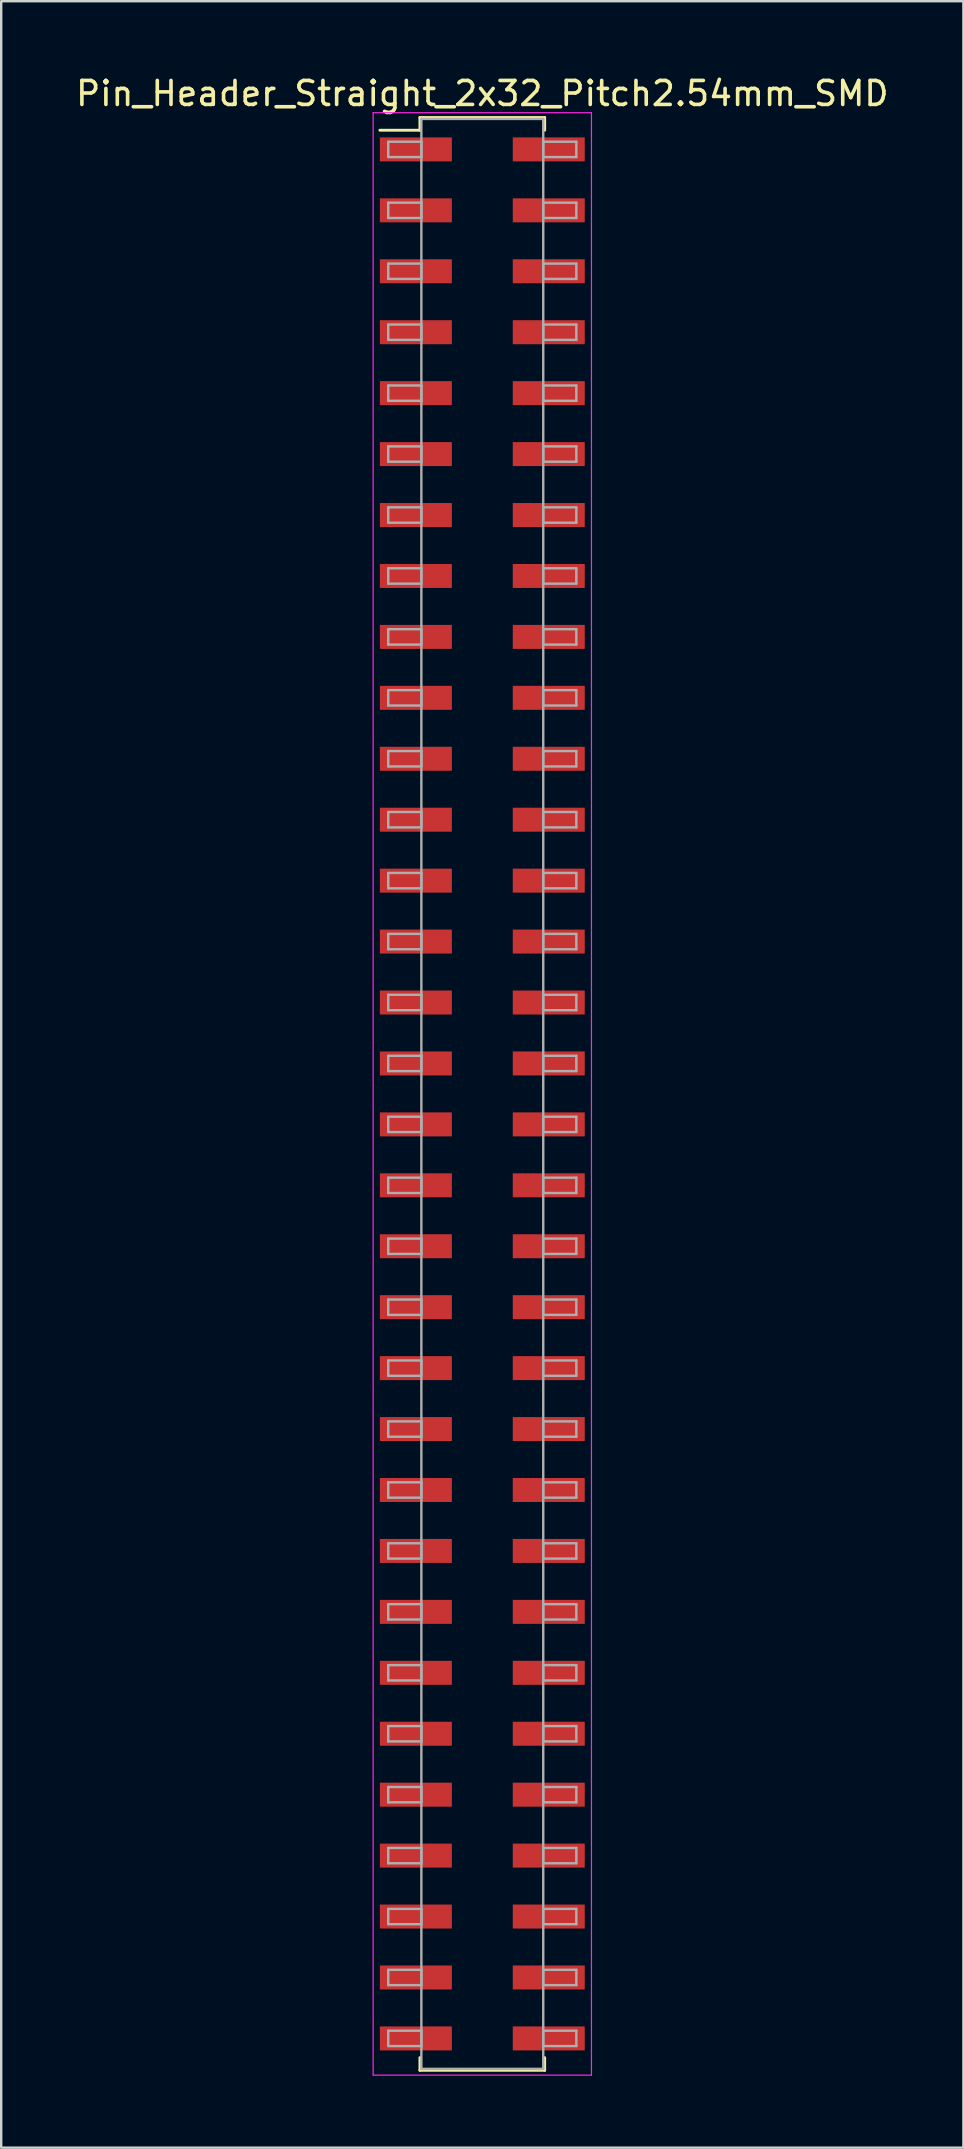
<source format=kicad_pcb>
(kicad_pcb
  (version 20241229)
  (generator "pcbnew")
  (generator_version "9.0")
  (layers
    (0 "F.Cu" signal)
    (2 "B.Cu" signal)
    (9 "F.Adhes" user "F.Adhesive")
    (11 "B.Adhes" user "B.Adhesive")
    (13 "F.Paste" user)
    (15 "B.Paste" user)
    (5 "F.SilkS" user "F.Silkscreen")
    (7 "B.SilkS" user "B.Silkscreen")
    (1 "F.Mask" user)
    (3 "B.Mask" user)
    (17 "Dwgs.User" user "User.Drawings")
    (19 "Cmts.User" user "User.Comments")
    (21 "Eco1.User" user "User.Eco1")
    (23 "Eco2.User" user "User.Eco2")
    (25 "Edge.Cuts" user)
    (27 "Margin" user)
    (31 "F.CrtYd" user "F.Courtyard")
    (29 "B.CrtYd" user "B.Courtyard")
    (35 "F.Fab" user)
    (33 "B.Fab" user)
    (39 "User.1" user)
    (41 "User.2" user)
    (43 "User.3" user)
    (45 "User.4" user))
  (footprint "Pin_Header_Straight_2x32_Pitch2.54mm_SMD"
    (layer "F.Cu")
    (at 17.054 42.548)
    (property "Reference" "Pin_Header_Straight_2x32_Pitch2.54mm_SMD" (at 0 -41.7 0) (layer "F.SilkS") (effects (font (size 1 1) (thickness 0.15))))
    (attr smd)
    (fp_line (start -4.27 -40.17) (end -2.6 -40.17) (stroke (width 0.12) (type solid)) (layer "F.SilkS"))
    (fp_line (start -2.6 -40.7) (end 2.6 -40.7) (stroke (width 0.12) (type solid)) (layer "F.SilkS"))
    (fp_line (start -2.6 -40.17) (end -2.6 -40.7) (stroke (width 0.12) (type solid)) (layer "F.SilkS"))
    (fp_line (start -2.6 40.17) (end -2.6 40.7) (stroke (width 0.12) (type solid)) (layer "F.SilkS"))
    (fp_line (start -2.6 40.7) (end 2.6 40.7) (stroke (width 0.12) (type solid)) (layer "F.SilkS"))
    (fp_line (start 2.6 -40.7) (end 2.6 -40.17) (stroke (width 0.12) (type solid)) (layer "F.SilkS"))
    (fp_line (start 2.6 40.7) (end 2.6 40.17) (stroke (width 0.12) (type solid)) (layer "F.SilkS"))
    (fp_line (start -4.55 -40.9) (end -4.55 40.9) (stroke (width 0.05) (type solid)) (layer "F.CrtYd"))
    (fp_line (start -4.55 40.9) (end 4.55 40.9) (stroke (width 0.05) (type solid)) (layer "F.CrtYd"))
    (fp_line (start 4.55 -40.9) (end -4.55 -40.9) (stroke (width 0.05) (type solid)) (layer "F.CrtYd"))
    (fp_line (start 4.55 40.9) (end 4.55 -40.9) (stroke (width 0.05) (type solid)) (layer "F.CrtYd"))
    (fp_line (start -3.92 -39.69) (end -2.54 -39.69) (stroke (width 0.1) (type solid)) (layer "F.Fab"))
    (fp_line (start -3.92 -39.05) (end -3.92 -39.69) (stroke (width 0.1) (type solid)) (layer "F.Fab"))
    (fp_line (start -3.92 -37.15) (end -2.54 -37.15) (stroke (width 0.1) (type solid)) (layer "F.Fab"))
    (fp_line (start -3.92 -36.51) (end -3.92 -37.15) (stroke (width 0.1) (type solid)) (layer "F.Fab"))
    (fp_line (start -3.92 -34.61) (end -2.54 -34.61) (stroke (width 0.1) (type solid)) (layer "F.Fab"))
    (fp_line (start -3.92 -33.97) (end -3.92 -34.61) (stroke (width 0.1) (type solid)) (layer "F.Fab"))
    (fp_line (start -3.92 -32.07) (end -2.54 -32.07) (stroke (width 0.1) (type solid)) (layer "F.Fab"))
    (fp_line (start -3.92 -31.43) (end -3.92 -32.07) (stroke (width 0.1) (type solid)) (layer "F.Fab"))
    (fp_line (start -3.92 -29.53) (end -2.54 -29.53) (stroke (width 0.1) (type solid)) (layer "F.Fab"))
    (fp_line (start -3.92 -28.89) (end -3.92 -29.53) (stroke (width 0.1) (type solid)) (layer "F.Fab"))
    (fp_line (start -3.92 -26.99) (end -2.54 -26.99) (stroke (width 0.1) (type solid)) (layer "F.Fab"))
    (fp_line (start -3.92 -26.35) (end -3.92 -26.99) (stroke (width 0.1) (type solid)) (layer "F.Fab"))
    (fp_line (start -3.92 -24.45) (end -2.54 -24.45) (stroke (width 0.1) (type solid)) (layer "F.Fab"))
    (fp_line (start -3.92 -23.81) (end -3.92 -24.45) (stroke (width 0.1) (type solid)) (layer "F.Fab"))
    (fp_line (start -3.92 -21.91) (end -2.54 -21.91) (stroke (width 0.1) (type solid)) (layer "F.Fab"))
    (fp_line (start -3.92 -21.27) (end -3.92 -21.91) (stroke (width 0.1) (type solid)) (layer "F.Fab"))
    (fp_line (start -3.92 -19.37) (end -2.54 -19.37) (stroke (width 0.1) (type solid)) (layer "F.Fab"))
    (fp_line (start -3.92 -18.73) (end -3.92 -19.37) (stroke (width 0.1) (type solid)) (layer "F.Fab"))
    (fp_line (start -3.92 -16.83) (end -2.54 -16.83) (stroke (width 0.1) (type solid)) (layer "F.Fab"))
    (fp_line (start -3.92 -16.19) (end -3.92 -16.83) (stroke (width 0.1) (type solid)) (layer "F.Fab"))
    (fp_line (start -3.92 -14.29) (end -2.54 -14.29) (stroke (width 0.1) (type solid)) (layer "F.Fab"))
    (fp_line (start -3.92 -13.65) (end -3.92 -14.29) (stroke (width 0.1) (type solid)) (layer "F.Fab"))
    (fp_line (start -3.92 -11.75) (end -2.54 -11.75) (stroke (width 0.1) (type solid)) (layer "F.Fab"))
    (fp_line (start -3.92 -11.11) (end -3.92 -11.75) (stroke (width 0.1) (type solid)) (layer "F.Fab"))
    (fp_line (start -3.92 -9.21) (end -2.54 -9.21) (stroke (width 0.1) (type solid)) (layer "F.Fab"))
    (fp_line (start -3.92 -8.57) (end -3.92 -9.21) (stroke (width 0.1) (type solid)) (layer "F.Fab"))
    (fp_line (start -3.92 -6.67) (end -2.54 -6.67) (stroke (width 0.1) (type solid)) (layer "F.Fab"))
    (fp_line (start -3.92 -6.03) (end -3.92 -6.67) (stroke (width 0.1) (type solid)) (layer "F.Fab"))
    (fp_line (start -3.92 -4.13) (end -2.54 -4.13) (stroke (width 0.1) (type solid)) (layer "F.Fab"))
    (fp_line (start -3.92 -3.49) (end -3.92 -4.13) (stroke (width 0.1) (type solid)) (layer "F.Fab"))
    (fp_line (start -3.92 -1.59) (end -2.54 -1.59) (stroke (width 0.1) (type solid)) (layer "F.Fab"))
    (fp_line (start -3.92 -0.95) (end -3.92 -1.59) (stroke (width 0.1) (type solid)) (layer "F.Fab"))
    (fp_line (start -3.92 0.95) (end -2.54 0.95) (stroke (width 0.1) (type solid)) (layer "F.Fab"))
    (fp_line (start -3.92 1.59) (end -3.92 0.95) (stroke (width 0.1) (type solid)) (layer "F.Fab"))
    (fp_line (start -3.92 3.49) (end -2.54 3.49) (stroke (width 0.1) (type solid)) (layer "F.Fab"))
    (fp_line (start -3.92 4.13) (end -3.92 3.49) (stroke (width 0.1) (type solid)) (layer "F.Fab"))
    (fp_line (start -3.92 6.03) (end -2.54 6.03) (stroke (width 0.1) (type solid)) (layer "F.Fab"))
    (fp_line (start -3.92 6.67) (end -3.92 6.03) (stroke (width 0.1) (type solid)) (layer "F.Fab"))
    (fp_line (start -3.92 8.57) (end -2.54 8.57) (stroke (width 0.1) (type solid)) (layer "F.Fab"))
    (fp_line (start -3.92 9.21) (end -3.92 8.57) (stroke (width 0.1) (type solid)) (layer "F.Fab"))
    (fp_line (start -3.92 11.11) (end -2.54 11.11) (stroke (width 0.1) (type solid)) (layer "F.Fab"))
    (fp_line (start -3.92 11.75) (end -3.92 11.11) (stroke (width 0.1) (type solid)) (layer "F.Fab"))
    (fp_line (start -3.92 13.65) (end -2.54 13.65) (stroke (width 0.1) (type solid)) (layer "F.Fab"))
    (fp_line (start -3.92 14.29) (end -3.92 13.65) (stroke (width 0.1) (type solid)) (layer "F.Fab"))
    (fp_line (start -3.92 16.19) (end -2.54 16.19) (stroke (width 0.1) (type solid)) (layer "F.Fab"))
    (fp_line (start -3.92 16.83) (end -3.92 16.19) (stroke (width 0.1) (type solid)) (layer "F.Fab"))
    (fp_line (start -3.92 18.73) (end -2.54 18.73) (stroke (width 0.1) (type solid)) (layer "F.Fab"))
    (fp_line (start -3.92 19.37) (end -3.92 18.73) (stroke (width 0.1) (type solid)) (layer "F.Fab"))
    (fp_line (start -3.92 21.27) (end -2.54 21.27) (stroke (width 0.1) (type solid)) (layer "F.Fab"))
    (fp_line (start -3.92 21.91) (end -3.92 21.27) (stroke (width 0.1) (type solid)) (layer "F.Fab"))
    (fp_line (start -3.92 23.81) (end -2.54 23.81) (stroke (width 0.1) (type solid)) (layer "F.Fab"))
    (fp_line (start -3.92 24.45) (end -3.92 23.81) (stroke (width 0.1) (type solid)) (layer "F.Fab"))
    (fp_line (start -3.92 26.35) (end -2.54 26.35) (stroke (width 0.1) (type solid)) (layer "F.Fab"))
    (fp_line (start -3.92 26.99) (end -3.92 26.35) (stroke (width 0.1) (type solid)) (layer "F.Fab"))
    (fp_line (start -3.92 28.89) (end -2.54 28.89) (stroke (width 0.1) (type solid)) (layer "F.Fab"))
    (fp_line (start -3.92 29.53) (end -3.92 28.89) (stroke (width 0.1) (type solid)) (layer "F.Fab"))
    (fp_line (start -3.92 31.43) (end -2.54 31.43) (stroke (width 0.1) (type solid)) (layer "F.Fab"))
    (fp_line (start -3.92 32.07) (end -3.92 31.43) (stroke (width 0.1) (type solid)) (layer "F.Fab"))
    (fp_line (start -3.92 33.97) (end -2.54 33.97) (stroke (width 0.1) (type solid)) (layer "F.Fab"))
    (fp_line (start -3.92 34.61) (end -3.92 33.97) (stroke (width 0.1) (type solid)) (layer "F.Fab"))
    (fp_line (start -3.92 36.51) (end -2.54 36.51) (stroke (width 0.1) (type solid)) (layer "F.Fab"))
    (fp_line (start -3.92 37.15) (end -3.92 36.51) (stroke (width 0.1) (type solid)) (layer "F.Fab"))
    (fp_line (start -3.92 39.05) (end -2.54 39.05) (stroke (width 0.1) (type solid)) (layer "F.Fab"))
    (fp_line (start -3.92 39.69) (end -3.92 39.05) (stroke (width 0.1) (type solid)) (layer "F.Fab"))
    (fp_line (start -2.54 -40.64) (end -2.54 40.64) (stroke (width 0.1) (type solid)) (layer "F.Fab"))
    (fp_line (start -2.54 -39.69) (end -2.54 -39.05) (stroke (width 0.1) (type solid)) (layer "F.Fab"))
    (fp_line (start -2.54 -39.05) (end -3.92 -39.05) (stroke (width 0.1) (type solid)) (layer "F.Fab"))
    (fp_line (start -2.54 -37.15) (end -2.54 -36.51) (stroke (width 0.1) (type solid)) (layer "F.Fab"))
    (fp_line (start -2.54 -36.51) (end -3.92 -36.51) (stroke (width 0.1) (type solid)) (layer "F.Fab"))
    (fp_line (start -2.54 -34.61) (end -2.54 -33.97) (stroke (width 0.1) (type solid)) (layer "F.Fab"))
    (fp_line (start -2.54 -33.97) (end -3.92 -33.97) (stroke (width 0.1) (type solid)) (layer "F.Fab"))
    (fp_line (start -2.54 -32.07) (end -2.54 -31.43) (stroke (width 0.1) (type solid)) (layer "F.Fab"))
    (fp_line (start -2.54 -31.43) (end -3.92 -31.43) (stroke (width 0.1) (type solid)) (layer "F.Fab"))
    (fp_line (start -2.54 -29.53) (end -2.54 -28.89) (stroke (width 0.1) (type solid)) (layer "F.Fab"))
    (fp_line (start -2.54 -28.89) (end -3.92 -28.89) (stroke (width 0.1) (type solid)) (layer "F.Fab"))
    (fp_line (start -2.54 -26.99) (end -2.54 -26.35) (stroke (width 0.1) (type solid)) (layer "F.Fab"))
    (fp_line (start -2.54 -26.35) (end -3.92 -26.35) (stroke (width 0.1) (type solid)) (layer "F.Fab"))
    (fp_line (start -2.54 -24.45) (end -2.54 -23.81) (stroke (width 0.1) (type solid)) (layer "F.Fab"))
    (fp_line (start -2.54 -23.81) (end -3.92 -23.81) (stroke (width 0.1) (type solid)) (layer "F.Fab"))
    (fp_line (start -2.54 -21.91) (end -2.54 -21.27) (stroke (width 0.1) (type solid)) (layer "F.Fab"))
    (fp_line (start -2.54 -21.27) (end -3.92 -21.27) (stroke (width 0.1) (type solid)) (layer "F.Fab"))
    (fp_line (start -2.54 -19.37) (end -2.54 -18.73) (stroke (width 0.1) (type solid)) (layer "F.Fab"))
    (fp_line (start -2.54 -18.73) (end -3.92 -18.73) (stroke (width 0.1) (type solid)) (layer "F.Fab"))
    (fp_line (start -2.54 -16.83) (end -2.54 -16.19) (stroke (width 0.1) (type solid)) (layer "F.Fab"))
    (fp_line (start -2.54 -16.19) (end -3.92 -16.19) (stroke (width 0.1) (type solid)) (layer "F.Fab"))
    (fp_line (start -2.54 -14.29) (end -2.54 -13.65) (stroke (width 0.1) (type solid)) (layer "F.Fab"))
    (fp_line (start -2.54 -13.65) (end -3.92 -13.65) (stroke (width 0.1) (type solid)) (layer "F.Fab"))
    (fp_line (start -2.54 -11.75) (end -2.54 -11.11) (stroke (width 0.1) (type solid)) (layer "F.Fab"))
    (fp_line (start -2.54 -11.11) (end -3.92 -11.11) (stroke (width 0.1) (type solid)) (layer "F.Fab"))
    (fp_line (start -2.54 -9.21) (end -2.54 -8.57) (stroke (width 0.1) (type solid)) (layer "F.Fab"))
    (fp_line (start -2.54 -8.57) (end -3.92 -8.57) (stroke (width 0.1) (type solid)) (layer "F.Fab"))
    (fp_line (start -2.54 -6.67) (end -2.54 -6.03) (stroke (width 0.1) (type solid)) (layer "F.Fab"))
    (fp_line (start -2.54 -6.03) (end -3.92 -6.03) (stroke (width 0.1) (type solid)) (layer "F.Fab"))
    (fp_line (start -2.54 -4.13) (end -2.54 -3.49) (stroke (width 0.1) (type solid)) (layer "F.Fab"))
    (fp_line (start -2.54 -3.49) (end -3.92 -3.49) (stroke (width 0.1) (type solid)) (layer "F.Fab"))
    (fp_line (start -2.54 -1.59) (end -2.54 -0.95) (stroke (width 0.1) (type solid)) (layer "F.Fab"))
    (fp_line (start -2.54 -0.95) (end -3.92 -0.95) (stroke (width 0.1) (type solid)) (layer "F.Fab"))
    (fp_line (start -2.54 0.95) (end -2.54 1.59) (stroke (width 0.1) (type solid)) (layer "F.Fab"))
    (fp_line (start -2.54 1.59) (end -3.92 1.59) (stroke (width 0.1) (type solid)) (layer "F.Fab"))
    (fp_line (start -2.54 3.49) (end -2.54 4.13) (stroke (width 0.1) (type solid)) (layer "F.Fab"))
    (fp_line (start -2.54 4.13) (end -3.92 4.13) (stroke (width 0.1) (type solid)) (layer "F.Fab"))
    (fp_line (start -2.54 6.03) (end -2.54 6.67) (stroke (width 0.1) (type solid)) (layer "F.Fab"))
    (fp_line (start -2.54 6.67) (end -3.92 6.67) (stroke (width 0.1) (type solid)) (layer "F.Fab"))
    (fp_line (start -2.54 8.57) (end -2.54 9.21) (stroke (width 0.1) (type solid)) (layer "F.Fab"))
    (fp_line (start -2.54 9.21) (end -3.92 9.21) (stroke (width 0.1) (type solid)) (layer "F.Fab"))
    (fp_line (start -2.54 11.11) (end -2.54 11.75) (stroke (width 0.1) (type solid)) (layer "F.Fab"))
    (fp_line (start -2.54 11.75) (end -3.92 11.75) (stroke (width 0.1) (type solid)) (layer "F.Fab"))
    (fp_line (start -2.54 13.65) (end -2.54 14.29) (stroke (width 0.1) (type solid)) (layer "F.Fab"))
    (fp_line (start -2.54 14.29) (end -3.92 14.29) (stroke (width 0.1) (type solid)) (layer "F.Fab"))
    (fp_line (start -2.54 16.19) (end -2.54 16.83) (stroke (width 0.1) (type solid)) (layer "F.Fab"))
    (fp_line (start -2.54 16.83) (end -3.92 16.83) (stroke (width 0.1) (type solid)) (layer "F.Fab"))
    (fp_line (start -2.54 18.73) (end -2.54 19.37) (stroke (width 0.1) (type solid)) (layer "F.Fab"))
    (fp_line (start -2.54 19.37) (end -3.92 19.37) (stroke (width 0.1) (type solid)) (layer "F.Fab"))
    (fp_line (start -2.54 21.27) (end -2.54 21.91) (stroke (width 0.1) (type solid)) (layer "F.Fab"))
    (fp_line (start -2.54 21.91) (end -3.92 21.91) (stroke (width 0.1) (type solid)) (layer "F.Fab"))
    (fp_line (start -2.54 23.81) (end -2.54 24.45) (stroke (width 0.1) (type solid)) (layer "F.Fab"))
    (fp_line (start -2.54 24.45) (end -3.92 24.45) (stroke (width 0.1) (type solid)) (layer "F.Fab"))
    (fp_line (start -2.54 26.35) (end -2.54 26.99) (stroke (width 0.1) (type solid)) (layer "F.Fab"))
    (fp_line (start -2.54 26.99) (end -3.92 26.99) (stroke (width 0.1) (type solid)) (layer "F.Fab"))
    (fp_line (start -2.54 28.89) (end -2.54 29.53) (stroke (width 0.1) (type solid)) (layer "F.Fab"))
    (fp_line (start -2.54 29.53) (end -3.92 29.53) (stroke (width 0.1) (type solid)) (layer "F.Fab"))
    (fp_line (start -2.54 31.43) (end -2.54 32.07) (stroke (width 0.1) (type solid)) (layer "F.Fab"))
    (fp_line (start -2.54 32.07) (end -3.92 32.07) (stroke (width 0.1) (type solid)) (layer "F.Fab"))
    (fp_line (start -2.54 33.97) (end -2.54 34.61) (stroke (width 0.1) (type solid)) (layer "F.Fab"))
    (fp_line (start -2.54 34.61) (end -3.92 34.61) (stroke (width 0.1) (type solid)) (layer "F.Fab"))
    (fp_line (start -2.54 36.51) (end -2.54 37.15) (stroke (width 0.1) (type solid)) (layer "F.Fab"))
    (fp_line (start -2.54 37.15) (end -3.92 37.15) (stroke (width 0.1) (type solid)) (layer "F.Fab"))
    (fp_line (start -2.54 39.05) (end -2.54 39.69) (stroke (width 0.1) (type solid)) (layer "F.Fab"))
    (fp_line (start -2.54 39.69) (end -3.92 39.69) (stroke (width 0.1) (type solid)) (layer "F.Fab"))
    (fp_line (start -2.54 40.64) (end 2.54 40.64) (stroke (width 0.1) (type solid)) (layer "F.Fab"))
    (fp_line (start 2.54 -40.64) (end -2.54 -40.64) (stroke (width 0.1) (type solid)) (layer "F.Fab"))
    (fp_line (start 2.54 -39.69) (end 2.54 -39.05) (stroke (width 0.1) (type solid)) (layer "F.Fab"))
    (fp_line (start 2.54 -39.05) (end 3.92 -39.05) (stroke (width 0.1) (type solid)) (layer "F.Fab"))
    (fp_line (start 2.54 -37.15) (end 2.54 -36.51) (stroke (width 0.1) (type solid)) (layer "F.Fab"))
    (fp_line (start 2.54 -36.51) (end 3.92 -36.51) (stroke (width 0.1) (type solid)) (layer "F.Fab"))
    (fp_line (start 2.54 -34.61) (end 2.54 -33.97) (stroke (width 0.1) (type solid)) (layer "F.Fab"))
    (fp_line (start 2.54 -33.97) (end 3.92 -33.97) (stroke (width 0.1) (type solid)) (layer "F.Fab"))
    (fp_line (start 2.54 -32.07) (end 2.54 -31.43) (stroke (width 0.1) (type solid)) (layer "F.Fab"))
    (fp_line (start 2.54 -31.43) (end 3.92 -31.43) (stroke (width 0.1) (type solid)) (layer "F.Fab"))
    (fp_line (start 2.54 -29.53) (end 2.54 -28.89) (stroke (width 0.1) (type solid)) (layer "F.Fab"))
    (fp_line (start 2.54 -28.89) (end 3.92 -28.89) (stroke (width 0.1) (type solid)) (layer "F.Fab"))
    (fp_line (start 2.54 -26.99) (end 2.54 -26.35) (stroke (width 0.1) (type solid)) (layer "F.Fab"))
    (fp_line (start 2.54 -26.35) (end 3.92 -26.35) (stroke (width 0.1) (type solid)) (layer "F.Fab"))
    (fp_line (start 2.54 -24.45) (end 2.54 -23.81) (stroke (width 0.1) (type solid)) (layer "F.Fab"))
    (fp_line (start 2.54 -23.81) (end 3.92 -23.81) (stroke (width 0.1) (type solid)) (layer "F.Fab"))
    (fp_line (start 2.54 -21.91) (end 2.54 -21.27) (stroke (width 0.1) (type solid)) (layer "F.Fab"))
    (fp_line (start 2.54 -21.27) (end 3.92 -21.27) (stroke (width 0.1) (type solid)) (layer "F.Fab"))
    (fp_line (start 2.54 -19.37) (end 2.54 -18.73) (stroke (width 0.1) (type solid)) (layer "F.Fab"))
    (fp_line (start 2.54 -18.73) (end 3.92 -18.73) (stroke (width 0.1) (type solid)) (layer "F.Fab"))
    (fp_line (start 2.54 -16.83) (end 2.54 -16.19) (stroke (width 0.1) (type solid)) (layer "F.Fab"))
    (fp_line (start 2.54 -16.19) (end 3.92 -16.19) (stroke (width 0.1) (type solid)) (layer "F.Fab"))
    (fp_line (start 2.54 -14.29) (end 2.54 -13.65) (stroke (width 0.1) (type solid)) (layer "F.Fab"))
    (fp_line (start 2.54 -13.65) (end 3.92 -13.65) (stroke (width 0.1) (type solid)) (layer "F.Fab"))
    (fp_line (start 2.54 -11.75) (end 2.54 -11.11) (stroke (width 0.1) (type solid)) (layer "F.Fab"))
    (fp_line (start 2.54 -11.11) (end 3.92 -11.11) (stroke (width 0.1) (type solid)) (layer "F.Fab"))
    (fp_line (start 2.54 -9.21) (end 2.54 -8.57) (stroke (width 0.1) (type solid)) (layer "F.Fab"))
    (fp_line (start 2.54 -8.57) (end 3.92 -8.57) (stroke (width 0.1) (type solid)) (layer "F.Fab"))
    (fp_line (start 2.54 -6.67) (end 2.54 -6.03) (stroke (width 0.1) (type solid)) (layer "F.Fab"))
    (fp_line (start 2.54 -6.03) (end 3.92 -6.03) (stroke (width 0.1) (type solid)) (layer "F.Fab"))
    (fp_line (start 2.54 -4.13) (end 2.54 -3.49) (stroke (width 0.1) (type solid)) (layer "F.Fab"))
    (fp_line (start 2.54 -3.49) (end 3.92 -3.49) (stroke (width 0.1) (type solid)) (layer "F.Fab"))
    (fp_line (start 2.54 -1.59) (end 2.54 -0.95) (stroke (width 0.1) (type solid)) (layer "F.Fab"))
    (fp_line (start 2.54 -0.95) (end 3.92 -0.95) (stroke (width 0.1) (type solid)) (layer "F.Fab"))
    (fp_line (start 2.54 0.95) (end 2.54 1.59) (stroke (width 0.1) (type solid)) (layer "F.Fab"))
    (fp_line (start 2.54 1.59) (end 3.92 1.59) (stroke (width 0.1) (type solid)) (layer "F.Fab"))
    (fp_line (start 2.54 3.49) (end 2.54 4.13) (stroke (width 0.1) (type solid)) (layer "F.Fab"))
    (fp_line (start 2.54 4.13) (end 3.92 4.13) (stroke (width 0.1) (type solid)) (layer "F.Fab"))
    (fp_line (start 2.54 6.03) (end 2.54 6.67) (stroke (width 0.1) (type solid)) (layer "F.Fab"))
    (fp_line (start 2.54 6.67) (end 3.92 6.67) (stroke (width 0.1) (type solid)) (layer "F.Fab"))
    (fp_line (start 2.54 8.57) (end 2.54 9.21) (stroke (width 0.1) (type solid)) (layer "F.Fab"))
    (fp_line (start 2.54 9.21) (end 3.92 9.21) (stroke (width 0.1) (type solid)) (layer "F.Fab"))
    (fp_line (start 2.54 11.11) (end 2.54 11.75) (stroke (width 0.1) (type solid)) (layer "F.Fab"))
    (fp_line (start 2.54 11.75) (end 3.92 11.75) (stroke (width 0.1) (type solid)) (layer "F.Fab"))
    (fp_line (start 2.54 13.65) (end 2.54 14.29) (stroke (width 0.1) (type solid)) (layer "F.Fab"))
    (fp_line (start 2.54 14.29) (end 3.92 14.29) (stroke (width 0.1) (type solid)) (layer "F.Fab"))
    (fp_line (start 2.54 16.19) (end 2.54 16.83) (stroke (width 0.1) (type solid)) (layer "F.Fab"))
    (fp_line (start 2.54 16.83) (end 3.92 16.83) (stroke (width 0.1) (type solid)) (layer "F.Fab"))
    (fp_line (start 2.54 18.73) (end 2.54 19.37) (stroke (width 0.1) (type solid)) (layer "F.Fab"))
    (fp_line (start 2.54 19.37) (end 3.92 19.37) (stroke (width 0.1) (type solid)) (layer "F.Fab"))
    (fp_line (start 2.54 21.27) (end 2.54 21.91) (stroke (width 0.1) (type solid)) (layer "F.Fab"))
    (fp_line (start 2.54 21.91) (end 3.92 21.91) (stroke (width 0.1) (type solid)) (layer "F.Fab"))
    (fp_line (start 2.54 23.81) (end 2.54 24.45) (stroke (width 0.1) (type solid)) (layer "F.Fab"))
    (fp_line (start 2.54 24.45) (end 3.92 24.45) (stroke (width 0.1) (type solid)) (layer "F.Fab"))
    (fp_line (start 2.54 26.35) (end 2.54 26.99) (stroke (width 0.1) (type solid)) (layer "F.Fab"))
    (fp_line (start 2.54 26.99) (end 3.92 26.99) (stroke (width 0.1) (type solid)) (layer "F.Fab"))
    (fp_line (start 2.54 28.89) (end 2.54 29.53) (stroke (width 0.1) (type solid)) (layer "F.Fab"))
    (fp_line (start 2.54 29.53) (end 3.92 29.53) (stroke (width 0.1) (type solid)) (layer "F.Fab"))
    (fp_line (start 2.54 31.43) (end 2.54 32.07) (stroke (width 0.1) (type solid)) (layer "F.Fab"))
    (fp_line (start 2.54 32.07) (end 3.92 32.07) (stroke (width 0.1) (type solid)) (layer "F.Fab"))
    (fp_line (start 2.54 33.97) (end 2.54 34.61) (stroke (width 0.1) (type solid)) (layer "F.Fab"))
    (fp_line (start 2.54 34.61) (end 3.92 34.61) (stroke (width 0.1) (type solid)) (layer "F.Fab"))
    (fp_line (start 2.54 36.51) (end 2.54 37.15) (stroke (width 0.1) (type solid)) (layer "F.Fab"))
    (fp_line (start 2.54 37.15) (end 3.92 37.15) (stroke (width 0.1) (type solid)) (layer "F.Fab"))
    (fp_line (start 2.54 39.05) (end 2.54 39.69) (stroke (width 0.1) (type solid)) (layer "F.Fab"))
    (fp_line (start 2.54 39.69) (end 3.92 39.69) (stroke (width 0.1) (type solid)) (layer "F.Fab"))
    (fp_line (start 2.54 40.64) (end 2.54 -40.64) (stroke (width 0.1) (type solid)) (layer "F.Fab"))
    (fp_line (start 3.92 -39.69) (end 2.54 -39.69) (stroke (width 0.1) (type solid)) (layer "F.Fab"))
    (fp_line (start 3.92 -39.05) (end 3.92 -39.69) (stroke (width 0.1) (type solid)) (layer "F.Fab"))
    (fp_line (start 3.92 -37.15) (end 2.54 -37.15) (stroke (width 0.1) (type solid)) (layer "F.Fab"))
    (fp_line (start 3.92 -36.51) (end 3.92 -37.15) (stroke (width 0.1) (type solid)) (layer "F.Fab"))
    (fp_line (start 3.92 -34.61) (end 2.54 -34.61) (stroke (width 0.1) (type solid)) (layer "F.Fab"))
    (fp_line (start 3.92 -33.97) (end 3.92 -34.61) (stroke (width 0.1) (type solid)) (layer "F.Fab"))
    (fp_line (start 3.92 -32.07) (end 2.54 -32.07) (stroke (width 0.1) (type solid)) (layer "F.Fab"))
    (fp_line (start 3.92 -31.43) (end 3.92 -32.07) (stroke (width 0.1) (type solid)) (layer "F.Fab"))
    (fp_line (start 3.92 -29.53) (end 2.54 -29.53) (stroke (width 0.1) (type solid)) (layer "F.Fab"))
    (fp_line (start 3.92 -28.89) (end 3.92 -29.53) (stroke (width 0.1) (type solid)) (layer "F.Fab"))
    (fp_line (start 3.92 -26.99) (end 2.54 -26.99) (stroke (width 0.1) (type solid)) (layer "F.Fab"))
    (fp_line (start 3.92 -26.35) (end 3.92 -26.99) (stroke (width 0.1) (type solid)) (layer "F.Fab"))
    (fp_line (start 3.92 -24.45) (end 2.54 -24.45) (stroke (width 0.1) (type solid)) (layer "F.Fab"))
    (fp_line (start 3.92 -23.81) (end 3.92 -24.45) (stroke (width 0.1) (type solid)) (layer "F.Fab"))
    (fp_line (start 3.92 -21.91) (end 2.54 -21.91) (stroke (width 0.1) (type solid)) (layer "F.Fab"))
    (fp_line (start 3.92 -21.27) (end 3.92 -21.91) (stroke (width 0.1) (type solid)) (layer "F.Fab"))
    (fp_line (start 3.92 -19.37) (end 2.54 -19.37) (stroke (width 0.1) (type solid)) (layer "F.Fab"))
    (fp_line (start 3.92 -18.73) (end 3.92 -19.37) (stroke (width 0.1) (type solid)) (layer "F.Fab"))
    (fp_line (start 3.92 -16.83) (end 2.54 -16.83) (stroke (width 0.1) (type solid)) (layer "F.Fab"))
    (fp_line (start 3.92 -16.19) (end 3.92 -16.83) (stroke (width 0.1) (type solid)) (layer "F.Fab"))
    (fp_line (start 3.92 -14.29) (end 2.54 -14.29) (stroke (width 0.1) (type solid)) (layer "F.Fab"))
    (fp_line (start 3.92 -13.65) (end 3.92 -14.29) (stroke (width 0.1) (type solid)) (layer "F.Fab"))
    (fp_line (start 3.92 -11.75) (end 2.54 -11.75) (stroke (width 0.1) (type solid)) (layer "F.Fab"))
    (fp_line (start 3.92 -11.11) (end 3.92 -11.75) (stroke (width 0.1) (type solid)) (layer "F.Fab"))
    (fp_line (start 3.92 -9.21) (end 2.54 -9.21) (stroke (width 0.1) (type solid)) (layer "F.Fab"))
    (fp_line (start 3.92 -8.57) (end 3.92 -9.21) (stroke (width 0.1) (type solid)) (layer "F.Fab"))
    (fp_line (start 3.92 -6.67) (end 2.54 -6.67) (stroke (width 0.1) (type solid)) (layer "F.Fab"))
    (fp_line (start 3.92 -6.03) (end 3.92 -6.67) (stroke (width 0.1) (type solid)) (layer "F.Fab"))
    (fp_line (start 3.92 -4.13) (end 2.54 -4.13) (stroke (width 0.1) (type solid)) (layer "F.Fab"))
    (fp_line (start 3.92 -3.49) (end 3.92 -4.13) (stroke (width 0.1) (type solid)) (layer "F.Fab"))
    (fp_line (start 3.92 -1.59) (end 2.54 -1.59) (stroke (width 0.1) (type solid)) (layer "F.Fab"))
    (fp_line (start 3.92 -0.95) (end 3.92 -1.59) (stroke (width 0.1) (type solid)) (layer "F.Fab"))
    (fp_line (start 3.92 0.95) (end 2.54 0.95) (stroke (width 0.1) (type solid)) (layer "F.Fab"))
    (fp_line (start 3.92 1.59) (end 3.92 0.95) (stroke (width 0.1) (type solid)) (layer "F.Fab"))
    (fp_line (start 3.92 3.49) (end 2.54 3.49) (stroke (width 0.1) (type solid)) (layer "F.Fab"))
    (fp_line (start 3.92 4.13) (end 3.92 3.49) (stroke (width 0.1) (type solid)) (layer "F.Fab"))
    (fp_line (start 3.92 6.03) (end 2.54 6.03) (stroke (width 0.1) (type solid)) (layer "F.Fab"))
    (fp_line (start 3.92 6.67) (end 3.92 6.03) (stroke (width 0.1) (type solid)) (layer "F.Fab"))
    (fp_line (start 3.92 8.57) (end 2.54 8.57) (stroke (width 0.1) (type solid)) (layer "F.Fab"))
    (fp_line (start 3.92 9.21) (end 3.92 8.57) (stroke (width 0.1) (type solid)) (layer "F.Fab"))
    (fp_line (start 3.92 11.11) (end 2.54 11.11) (stroke (width 0.1) (type solid)) (layer "F.Fab"))
    (fp_line (start 3.92 11.75) (end 3.92 11.11) (stroke (width 0.1) (type solid)) (layer "F.Fab"))
    (fp_line (start 3.92 13.65) (end 2.54 13.65) (stroke (width 0.1) (type solid)) (layer "F.Fab"))
    (fp_line (start 3.92 14.29) (end 3.92 13.65) (stroke (width 0.1) (type solid)) (layer "F.Fab"))
    (fp_line (start 3.92 16.19) (end 2.54 16.19) (stroke (width 0.1) (type solid)) (layer "F.Fab"))
    (fp_line (start 3.92 16.83) (end 3.92 16.19) (stroke (width 0.1) (type solid)) (layer "F.Fab"))
    (fp_line (start 3.92 18.73) (end 2.54 18.73) (stroke (width 0.1) (type solid)) (layer "F.Fab"))
    (fp_line (start 3.92 19.37) (end 3.92 18.73) (stroke (width 0.1) (type solid)) (layer "F.Fab"))
    (fp_line (start 3.92 21.27) (end 2.54 21.27) (stroke (width 0.1) (type solid)) (layer "F.Fab"))
    (fp_line (start 3.92 21.91) (end 3.92 21.27) (stroke (width 0.1) (type solid)) (layer "F.Fab"))
    (fp_line (start 3.92 23.81) (end 2.54 23.81) (stroke (width 0.1) (type solid)) (layer "F.Fab"))
    (fp_line (start 3.92 24.45) (end 3.92 23.81) (stroke (width 0.1) (type solid)) (layer "F.Fab"))
    (fp_line (start 3.92 26.35) (end 2.54 26.35) (stroke (width 0.1) (type solid)) (layer "F.Fab"))
    (fp_line (start 3.92 26.99) (end 3.92 26.35) (stroke (width 0.1) (type solid)) (layer "F.Fab"))
    (fp_line (start 3.92 28.89) (end 2.54 28.89) (stroke (width 0.1) (type solid)) (layer "F.Fab"))
    (fp_line (start 3.92 29.53) (end 3.92 28.89) (stroke (width 0.1) (type solid)) (layer "F.Fab"))
    (fp_line (start 3.92 31.43) (end 2.54 31.43) (stroke (width 0.1) (type solid)) (layer "F.Fab"))
    (fp_line (start 3.92 32.07) (end 3.92 31.43) (stroke (width 0.1) (type solid)) (layer "F.Fab"))
    (fp_line (start 3.92 33.97) (end 2.54 33.97) (stroke (width 0.1) (type solid)) (layer "F.Fab"))
    (fp_line (start 3.92 34.61) (end 3.92 33.97) (stroke (width 0.1) (type solid)) (layer "F.Fab"))
    (fp_line (start 3.92 36.51) (end 2.54 36.51) (stroke (width 0.1) (type solid)) (layer "F.Fab"))
    (fp_line (start 3.92 37.15) (end 3.92 36.51) (stroke (width 0.1) (type solid)) (layer "F.Fab"))
    (fp_line (start 3.92 39.05) (end 2.54 39.05) (stroke (width 0.1) (type solid)) (layer "F.Fab"))
    (fp_line (start 3.92 39.69) (end 3.92 39.05) (stroke (width 0.1) (type solid)) (layer "F.Fab"))
    (pad "1" smd rect (at -2.77 -39.37) (size 3 1) (layers "F.Cu" "F.Mask"))
    (pad "2" smd rect (at 2.77 -39.37) (size 3 1) (layers "F.Cu" "F.Mask"))
    (pad "3" smd rect (at -2.77 -36.83) (size 3 1) (layers "F.Cu" "F.Mask"))
    (pad "4" smd rect (at 2.77 -36.83) (size 3 1) (layers "F.Cu" "F.Mask"))
    (pad "5" smd rect (at -2.77 -34.29) (size 3 1) (layers "F.Cu" "F.Mask"))
    (pad "6" smd rect (at 2.77 -34.29) (size 3 1) (layers "F.Cu" "F.Mask"))
    (pad "7" smd rect (at -2.77 -31.75) (size 3 1) (layers "F.Cu" "F.Mask"))
    (pad "8" smd rect (at 2.77 -31.75) (size 3 1) (layers "F.Cu" "F.Mask"))
    (pad "9" smd rect (at -2.77 -29.21) (size 3 1) (layers "F.Cu" "F.Mask"))
    (pad "10" smd rect (at 2.77 -29.21) (size 3 1) (layers "F.Cu" "F.Mask"))
    (pad "11" smd rect (at -2.77 -26.67) (size 3 1) (layers "F.Cu" "F.Mask"))
    (pad "12" smd rect (at 2.77 -26.67) (size 3 1) (layers "F.Cu" "F.Mask"))
    (pad "13" smd rect (at -2.77 -24.13) (size 3 1) (layers "F.Cu" "F.Mask"))
    (pad "14" smd rect (at 2.77 -24.13) (size 3 1) (layers "F.Cu" "F.Mask"))
    (pad "15" smd rect (at -2.77 -21.59) (size 3 1) (layers "F.Cu" "F.Mask"))
    (pad "16" smd rect (at 2.77 -21.59) (size 3 1) (layers "F.Cu" "F.Mask"))
    (pad "17" smd rect (at -2.77 -19.05) (size 3 1) (layers "F.Cu" "F.Mask"))
    (pad "18" smd rect (at 2.77 -19.05) (size 3 1) (layers "F.Cu" "F.Mask"))
    (pad "19" smd rect (at -2.77 -16.51) (size 3 1) (layers "F.Cu" "F.Mask"))
    (pad "20" smd rect (at 2.77 -16.51) (size 3 1) (layers "F.Cu" "F.Mask"))
    (pad "21" smd rect (at -2.77 -13.97) (size 3 1) (layers "F.Cu" "F.Mask"))
    (pad "22" smd rect (at 2.77 -13.97) (size 3 1) (layers "F.Cu" "F.Mask"))
    (pad "23" smd rect (at -2.77 -11.43) (size 3 1) (layers "F.Cu" "F.Mask"))
    (pad "24" smd rect (at 2.77 -11.43) (size 3 1) (layers "F.Cu" "F.Mask"))
    (pad "25" smd rect (at -2.77 -8.89) (size 3 1) (layers "F.Cu" "F.Mask"))
    (pad "26" smd rect (at 2.77 -8.89) (size 3 1) (layers "F.Cu" "F.Mask"))
    (pad "27" smd rect (at -2.77 -6.35) (size 3 1) (layers "F.Cu" "F.Mask"))
    (pad "28" smd rect (at 2.77 -6.35) (size 3 1) (layers "F.Cu" "F.Mask"))
    (pad "29" smd rect (at -2.77 -3.81) (size 3 1) (layers "F.Cu" "F.Mask"))
    (pad "30" smd rect (at 2.77 -3.81) (size 3 1) (layers "F.Cu" "F.Mask"))
    (pad "31" smd rect (at -2.77 -1.27) (size 3 1) (layers "F.Cu" "F.Mask"))
    (pad "32" smd rect (at 2.77 -1.27) (size 3 1) (layers "F.Cu" "F.Mask"))
    (pad "33" smd rect (at -2.77 1.27) (size 3 1) (layers "F.Cu" "F.Mask"))
    (pad "34" smd rect (at 2.77 1.27) (size 3 1) (layers "F.Cu" "F.Mask"))
    (pad "35" smd rect (at -2.77 3.81) (size 3 1) (layers "F.Cu" "F.Mask"))
    (pad "36" smd rect (at 2.77 3.81) (size 3 1) (layers "F.Cu" "F.Mask"))
    (pad "37" smd rect (at -2.77 6.35) (size 3 1) (layers "F.Cu" "F.Mask"))
    (pad "38" smd rect (at 2.77 6.35) (size 3 1) (layers "F.Cu" "F.Mask"))
    (pad "39" smd rect (at -2.77 8.89) (size 3 1) (layers "F.Cu" "F.Mask"))
    (pad "40" smd rect (at 2.77 8.89) (size 3 1) (layers "F.Cu" "F.Mask"))
    (pad "41" smd rect (at -2.77 11.43) (size 3 1) (layers "F.Cu" "F.Mask"))
    (pad "42" smd rect (at 2.77 11.43) (size 3 1) (layers "F.Cu" "F.Mask"))
    (pad "43" smd rect (at -2.77 13.97) (size 3 1) (layers "F.Cu" "F.Mask"))
    (pad "44" smd rect (at 2.77 13.97) (size 3 1) (layers "F.Cu" "F.Mask"))
    (pad "45" smd rect (at -2.77 16.51) (size 3 1) (layers "F.Cu" "F.Mask"))
    (pad "46" smd rect (at 2.77 16.51) (size 3 1) (layers "F.Cu" "F.Mask"))
    (pad "47" smd rect (at -2.77 19.05) (size 3 1) (layers "F.Cu" "F.Mask"))
    (pad "48" smd rect (at 2.77 19.05) (size 3 1) (layers "F.Cu" "F.Mask"))
    (pad "49" smd rect (at -2.77 21.59) (size 3 1) (layers "F.Cu" "F.Mask"))
    (pad "50" smd rect (at 2.77 21.59) (size 3 1) (layers "F.Cu" "F.Mask"))
    (pad "51" smd rect (at -2.77 24.13) (size 3 1) (layers "F.Cu" "F.Mask"))
    (pad "52" smd rect (at 2.77 24.13) (size 3 1) (layers "F.Cu" "F.Mask"))
    (pad "53" smd rect (at -2.77 26.67) (size 3 1) (layers "F.Cu" "F.Mask"))
    (pad "54" smd rect (at 2.77 26.67) (size 3 1) (layers "F.Cu" "F.Mask"))
    (pad "55" smd rect (at -2.77 29.21) (size 3 1) (layers "F.Cu" "F.Mask"))
    (pad "56" smd rect (at 2.77 29.21) (size 3 1) (layers "F.Cu" "F.Mask"))
    (pad "57" smd rect (at -2.77 31.75) (size 3 1) (layers "F.Cu" "F.Mask"))
    (pad "58" smd rect (at 2.77 31.75) (size 3 1) (layers "F.Cu" "F.Mask"))
    (pad "59" smd rect (at -2.77 34.29) (size 3 1) (layers "F.Cu" "F.Mask"))
    (pad "60" smd rect (at 2.77 34.29) (size 3 1) (layers "F.Cu" "F.Mask"))
    (pad "61" smd rect (at -2.77 36.83) (size 3 1) (layers "F.Cu" "F.Mask"))
    (pad "62" smd rect (at 2.77 36.83) (size 3 1) (layers "F.Cu" "F.Mask"))
    (pad "63" smd rect (at -2.77 39.37) (size 3 1) (layers "F.Cu" "F.Mask"))
    (pad "64" smd rect (at 2.77 39.37) (size 3 1) (layers "F.Cu" "F.Mask")))
  (gr_rect
    (start -3 -3)
    (end 37.107 86.473)
    (stroke (width 0.1) (type default))
    (fill no)
    (layer "Edge.Cuts")))
</source>
